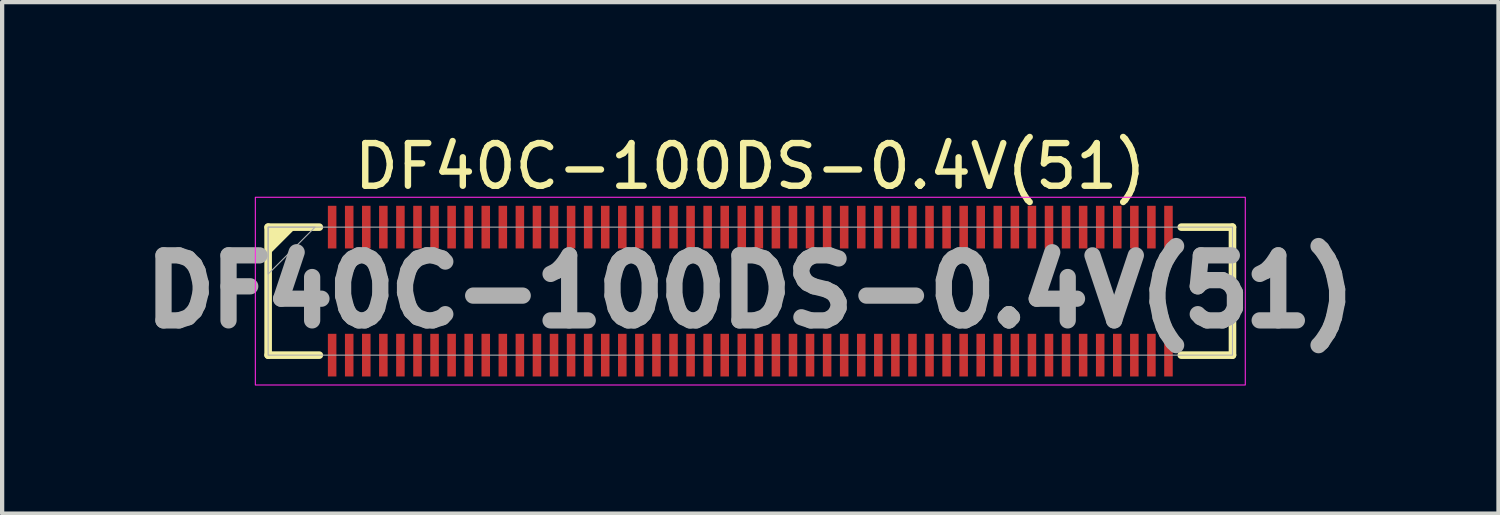
<source format=kicad_pcb>
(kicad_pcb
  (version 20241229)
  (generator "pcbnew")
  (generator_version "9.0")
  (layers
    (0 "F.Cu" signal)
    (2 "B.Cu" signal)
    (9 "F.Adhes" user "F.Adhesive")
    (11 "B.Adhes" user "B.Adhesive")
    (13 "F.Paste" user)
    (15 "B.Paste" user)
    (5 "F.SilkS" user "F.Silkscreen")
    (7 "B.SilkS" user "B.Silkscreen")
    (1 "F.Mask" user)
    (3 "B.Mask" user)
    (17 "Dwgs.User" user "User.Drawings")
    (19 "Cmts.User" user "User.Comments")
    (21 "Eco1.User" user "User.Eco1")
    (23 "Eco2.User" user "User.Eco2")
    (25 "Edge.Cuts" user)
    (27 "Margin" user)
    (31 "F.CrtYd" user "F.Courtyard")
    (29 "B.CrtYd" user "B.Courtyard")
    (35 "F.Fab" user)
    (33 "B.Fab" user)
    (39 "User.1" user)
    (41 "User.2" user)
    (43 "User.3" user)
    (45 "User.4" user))
  (footprint "DF40C-100DS-0.4V(51)"
    (layer "F.Cu")
    (at 14.534 3.773)
    (property "Reference" "DF40C-100DS-0.4V(51)" (at 0 -2.925 0) (layer "F.SilkS") (effects (font (size 1 1) (thickness 0.15))))
    (attr smd)
    (fp_line (start -11.3 -1.5) (end -11.3 1.5) (stroke (width 0.178) (type solid)) (layer "F.SilkS"))
    (fp_line (start -11.3 1.5) (end -10.1 1.5) (stroke (width 0.178) (type solid)) (layer "F.SilkS"))
    (fp_line (start -10.1 -1.5) (end -11.3 -1.5) (stroke (width 0.178) (type solid)) (layer "F.SilkS"))
    (fp_line (start 11.3 -1.5) (end 10.1 -1.5) (stroke (width 0.178) (type solid)) (layer "F.SilkS"))
    (fp_line (start 11.3 -1.5) (end 11.3 1.5) (stroke (width 0.178) (type solid)) (layer "F.SilkS"))
    (fp_line (start 11.3 1.5) (end 10.1 1.5) (stroke (width 0.178) (type solid)) (layer "F.SilkS"))
    (fp_poly (pts (xy -10.7 -1.5) (xy -11.3 -1.5) (xy -11.3 -0.9)) (stroke (width 0.1) (type solid)) (fill yes) (layer "F.SilkS"))
    (fp_rect (start -11.6 -2.2) (end 11.6 2.2) (stroke (width 0.025) (type solid)) (fill no) (layer "F.CrtYd"))
    (fp_rect (start -11.3 -1.5) (end 11.3 1.5) (stroke (width 0.025) (type solid)) (fill no) (layer "F.Fab"))
    (fp_poly (pts (xy -11.3 -1.5) (xy -11.3 -0.4) (xy -10.2 -1.5)) (stroke (width 0.025) (type solid)) (fill no) (layer "F.Fab"))
    (fp_text user "${REFERENCE}" (at 0 0 0) (unlocked yes) (layer "F.Fab") (effects (font (size 1.524 1.524) (thickness 0.381) (bold yes))))
    (pad "1" smd rect (at -9.8 -1.5 90) (size 1 0.2) (layers "F.Cu" "F.Mask" "F.Paste"))
    (pad "2" smd rect (at -9.8 1.5 90) (size 1 0.2) (layers "F.Cu" "F.Mask" "F.Paste"))
    (pad "3" smd rect (at -9.4 -1.5 90) (size 1 0.2) (layers "F.Cu" "F.Mask" "F.Paste"))
    (pad "4" smd rect (at -9.4 1.5 90) (size 1 0.2) (layers "F.Cu" "F.Mask" "F.Paste"))
    (pad "5" smd rect (at -9 -1.5 90) (size 1 0.2) (layers "F.Cu" "F.Mask" "F.Paste"))
    (pad "6" smd rect (at -9 1.5 90) (size 1 0.2) (layers "F.Cu" "F.Mask" "F.Paste"))
    (pad "7" smd rect (at -8.6 -1.5 90) (size 1 0.2) (layers "F.Cu" "F.Mask" "F.Paste"))
    (pad "8" smd rect (at -8.6 1.5 90) (size 1 0.2) (layers "F.Cu" "F.Mask" "F.Paste"))
    (pad "9" smd rect (at -8.2 -1.5 90) (size 1 0.2) (layers "F.Cu" "F.Mask" "F.Paste"))
    (pad "10" smd rect (at -8.2 1.5 90) (size 1 0.2) (layers "F.Cu" "F.Mask" "F.Paste"))
    (pad "11" smd rect (at -7.8 -1.5 90) (size 1 0.2) (layers "F.Cu" "F.Mask" "F.Paste"))
    (pad "12" smd rect (at -7.8 1.5 90) (size 1 0.2) (layers "F.Cu" "F.Mask" "F.Paste"))
    (pad "13" smd rect (at -7.4 -1.5 90) (size 1 0.2) (layers "F.Cu" "F.Mask" "F.Paste"))
    (pad "14" smd rect (at -7.4 1.5 90) (size 1 0.2) (layers "F.Cu" "F.Mask" "F.Paste"))
    (pad "15" smd rect (at -7 -1.5 90) (size 1 0.2) (layers "F.Cu" "F.Mask" "F.Paste"))
    (pad "16" smd rect (at -7 1.5 90) (size 1 0.2) (layers "F.Cu" "F.Mask" "F.Paste"))
    (pad "17" smd rect (at -6.6 -1.5 90) (size 1 0.2) (layers "F.Cu" "F.Mask" "F.Paste"))
    (pad "18" smd rect (at -6.6 1.5 90) (size 1 0.2) (layers "F.Cu" "F.Mask" "F.Paste"))
    (pad "19" smd rect (at -6.2 -1.5 90) (size 1 0.2) (layers "F.Cu" "F.Mask" "F.Paste"))
    (pad "20" smd rect (at -6.2 1.5 90) (size 1 0.2) (layers "F.Cu" "F.Mask" "F.Paste"))
    (pad "21" smd rect (at -5.8 -1.5 90) (size 1 0.2) (layers "F.Cu" "F.Mask" "F.Paste"))
    (pad "22" smd rect (at -5.8 1.5 90) (size 1 0.2) (layers "F.Cu" "F.Mask" "F.Paste"))
    (pad "23" smd rect (at -5.4 -1.5 90) (size 1 0.2) (layers "F.Cu" "F.Mask" "F.Paste"))
    (pad "24" smd rect (at -5.4 1.5 90) (size 1 0.2) (layers "F.Cu" "F.Mask" "F.Paste"))
    (pad "25" smd rect (at -5 -1.5 90) (size 1 0.2) (layers "F.Cu" "F.Mask" "F.Paste"))
    (pad "26" smd rect (at -5 1.5 90) (size 1 0.2) (layers "F.Cu" "F.Mask" "F.Paste"))
    (pad "27" smd rect (at -4.6 -1.5 90) (size 1 0.2) (layers "F.Cu" "F.Mask" "F.Paste"))
    (pad "28" smd rect (at -4.6 1.5 90) (size 1 0.2) (layers "F.Cu" "F.Mask" "F.Paste"))
    (pad "29" smd rect (at -4.2 -1.5 90) (size 1 0.2) (layers "F.Cu" "F.Mask" "F.Paste"))
    (pad "30" smd rect (at -4.2 1.5 90) (size 1 0.2) (layers "F.Cu" "F.Mask" "F.Paste"))
    (pad "31" smd rect (at -3.8 -1.5 90) (size 1 0.2) (layers "F.Cu" "F.Mask" "F.Paste"))
    (pad "32" smd rect (at -3.8 1.5 90) (size 1 0.2) (layers "F.Cu" "F.Mask" "F.Paste"))
    (pad "33" smd rect (at -3.4 -1.5 90) (size 1 0.2) (layers "F.Cu" "F.Mask" "F.Paste"))
    (pad "34" smd rect (at -3.4 1.5 90) (size 1 0.2) (layers "F.Cu" "F.Mask" "F.Paste"))
    (pad "35" smd rect (at -3 -1.5 90) (size 1 0.2) (layers "F.Cu" "F.Mask" "F.Paste"))
    (pad "36" smd rect (at -3 1.5 90) (size 1 0.2) (layers "F.Cu" "F.Mask" "F.Paste"))
    (pad "37" smd rect (at -2.6 -1.5 90) (size 1 0.2) (layers "F.Cu" "F.Mask" "F.Paste"))
    (pad "38" smd rect (at -2.6 1.5 90) (size 1 0.2) (layers "F.Cu" "F.Mask" "F.Paste"))
    (pad "39" smd rect (at -2.2 -1.5 90) (size 1 0.2) (layers "F.Cu" "F.Mask" "F.Paste"))
    (pad "40" smd rect (at -2.2 1.5 90) (size 1 0.2) (layers "F.Cu" "F.Mask" "F.Paste"))
    (pad "41" smd rect (at -1.8 -1.5 90) (size 1 0.2) (layers "F.Cu" "F.Mask" "F.Paste"))
    (pad "42" smd rect (at -1.8 1.5 90) (size 1 0.2) (layers "F.Cu" "F.Mask" "F.Paste"))
    (pad "43" smd rect (at -1.4 -1.5 90) (size 1 0.2) (layers "F.Cu" "F.Mask" "F.Paste"))
    (pad "44" smd rect (at -1.4 1.5 90) (size 1 0.2) (layers "F.Cu" "F.Mask" "F.Paste"))
    (pad "45" smd rect (at -1 -1.5 90) (size 1 0.2) (layers "F.Cu" "F.Mask" "F.Paste"))
    (pad "46" smd rect (at -1 1.5 90) (size 1 0.2) (layers "F.Cu" "F.Mask" "F.Paste"))
    (pad "47" smd rect (at -0.6 -1.5 90) (size 1 0.2) (layers "F.Cu" "F.Mask" "F.Paste"))
    (pad "48" smd rect (at -0.6 1.5 90) (size 1 0.2) (layers "F.Cu" "F.Mask" "F.Paste"))
    (pad "49" smd rect (at -0.2 -1.5 90) (size 1 0.2) (layers "F.Cu" "F.Mask" "F.Paste"))
    (pad "50" smd rect (at -0.2 1.5 90) (size 1 0.2) (layers "F.Cu" "F.Mask" "F.Paste"))
    (pad "51" smd rect (at 0.2 -1.5 90) (size 1 0.2) (layers "F.Cu" "F.Mask" "F.Paste"))
    (pad "52" smd rect (at 0.2 1.5 90) (size 1 0.2) (layers "F.Cu" "F.Mask" "F.Paste"))
    (pad "53" smd rect (at 0.6 -1.5 90) (size 1 0.2) (layers "F.Cu" "F.Mask" "F.Paste"))
    (pad "54" smd rect (at 0.6 1.5 90) (size 1 0.2) (layers "F.Cu" "F.Mask" "F.Paste"))
    (pad "55" smd rect (at 1 -1.5 90) (size 1 0.2) (layers "F.Cu" "F.Mask" "F.Paste"))
    (pad "56" smd rect (at 1 1.5 90) (size 1 0.2) (layers "F.Cu" "F.Mask" "F.Paste"))
    (pad "57" smd rect (at 1.4 -1.5 90) (size 1 0.2) (layers "F.Cu" "F.Mask" "F.Paste"))
    (pad "58" smd rect (at 1.4 1.5 90) (size 1 0.2) (layers "F.Cu" "F.Mask" "F.Paste"))
    (pad "59" smd rect (at 1.8 -1.5 90) (size 1 0.2) (layers "F.Cu" "F.Mask" "F.Paste"))
    (pad "60" smd rect (at 1.8 1.5 90) (size 1 0.2) (layers "F.Cu" "F.Mask" "F.Paste"))
    (pad "61" smd rect (at 2.2 -1.5 90) (size 1 0.2) (layers "F.Cu" "F.Mask" "F.Paste"))
    (pad "62" smd rect (at 2.2 1.5 90) (size 1 0.2) (layers "F.Cu" "F.Mask" "F.Paste"))
    (pad "63" smd rect (at 2.6 -1.5 90) (size 1 0.2) (layers "F.Cu" "F.Mask" "F.Paste"))
    (pad "64" smd rect (at 2.6 1.5 90) (size 1 0.2) (layers "F.Cu" "F.Mask" "F.Paste"))
    (pad "65" smd rect (at 3 -1.5 90) (size 1 0.2) (layers "F.Cu" "F.Mask" "F.Paste"))
    (pad "66" smd rect (at 3 1.5 90) (size 1 0.2) (layers "F.Cu" "F.Mask" "F.Paste"))
    (pad "67" smd rect (at 3.4 -1.5 90) (size 1 0.2) (layers "F.Cu" "F.Mask" "F.Paste"))
    (pad "68" smd rect (at 3.4 1.5 90) (size 1 0.2) (layers "F.Cu" "F.Mask" "F.Paste"))
    (pad "69" smd rect (at 3.8 -1.5 90) (size 1 0.2) (layers "F.Cu" "F.Mask" "F.Paste"))
    (pad "70" smd rect (at 3.8 1.5 90) (size 1 0.2) (layers "F.Cu" "F.Mask" "F.Paste"))
    (pad "71" smd rect (at 4.2 -1.5 90) (size 1 0.2) (layers "F.Cu" "F.Mask" "F.Paste"))
    (pad "72" smd rect (at 4.2 1.5 90) (size 1 0.2) (layers "F.Cu" "F.Mask" "F.Paste"))
    (pad "73" smd rect (at 4.6 -1.5 90) (size 1 0.2) (layers "F.Cu" "F.Mask" "F.Paste"))
    (pad "74" smd rect (at 4.6 1.5 90) (size 1 0.2) (layers "F.Cu" "F.Mask" "F.Paste"))
    (pad "75" smd rect (at 5 -1.5 90) (size 1 0.2) (layers "F.Cu" "F.Mask" "F.Paste"))
    (pad "76" smd rect (at 5 1.5 90) (size 1 0.2) (layers "F.Cu" "F.Mask" "F.Paste"))
    (pad "77" smd rect (at 5.4 -1.5 90) (size 1 0.2) (layers "F.Cu" "F.Mask" "F.Paste"))
    (pad "78" smd rect (at 5.4 1.5 90) (size 1 0.2) (layers "F.Cu" "F.Mask" "F.Paste"))
    (pad "79" smd rect (at 5.8 -1.5 90) (size 1 0.2) (layers "F.Cu" "F.Mask" "F.Paste"))
    (pad "80" smd rect (at 5.8 1.5 90) (size 1 0.2) (layers "F.Cu" "F.Mask" "F.Paste"))
    (pad "81" smd rect (at 6.2 -1.5 90) (size 1 0.2) (layers "F.Cu" "F.Mask" "F.Paste"))
    (pad "82" smd rect (at 6.2 1.5 90) (size 1 0.2) (layers "F.Cu" "F.Mask" "F.Paste"))
    (pad "83" smd rect (at 6.6 -1.5 90) (size 1 0.2) (layers "F.Cu" "F.Mask" "F.Paste"))
    (pad "84" smd rect (at 6.6 1.5 90) (size 1 0.2) (layers "F.Cu" "F.Mask" "F.Paste"))
    (pad "85" smd rect (at 7 -1.5 90) (size 1 0.2) (layers "F.Cu" "F.Mask" "F.Paste"))
    (pad "86" smd rect (at 7 1.5 90) (size 1 0.2) (layers "F.Cu" "F.Mask" "F.Paste"))
    (pad "87" smd rect (at 7.4 -1.5 90) (size 1 0.2) (layers "F.Cu" "F.Mask" "F.Paste"))
    (pad "88" smd rect (at 7.4 1.5 90) (size 1 0.2) (layers "F.Cu" "F.Mask" "F.Paste"))
    (pad "89" smd rect (at 7.8 -1.5 90) (size 1 0.2) (layers "F.Cu" "F.Mask" "F.Paste"))
    (pad "90" smd rect (at 7.8 1.5 90) (size 1 0.2) (layers "F.Cu" "F.Mask" "F.Paste"))
    (pad "91" smd rect (at 8.2 -1.5 90) (size 1 0.2) (layers "F.Cu" "F.Mask" "F.Paste"))
    (pad "92" smd rect (at 8.2 1.5 90) (size 1 0.2) (layers "F.Cu" "F.Mask" "F.Paste"))
    (pad "93" smd rect (at 8.6 -1.5 90) (size 1 0.2) (layers "F.Cu" "F.Mask" "F.Paste"))
    (pad "94" smd rect (at 8.6 1.5 90) (size 1 0.2) (layers "F.Cu" "F.Mask" "F.Paste"))
    (pad "95" smd rect (at 9 -1.5 90) (size 1 0.2) (layers "F.Cu" "F.Mask" "F.Paste"))
    (pad "96" smd rect (at 9 1.5 90) (size 1 0.2) (layers "F.Cu" "F.Mask" "F.Paste"))
    (pad "97" smd rect (at 9.4 -1.5 90) (size 1 0.2) (layers "F.Cu" "F.Mask" "F.Paste"))
    (pad "98" smd rect (at 9.4 1.5 90) (size 1 0.2) (layers "F.Cu" "F.Mask" "F.Paste"))
    (pad "99" smd rect (at 9.8 -1.5 90) (size 1 0.2) (layers "F.Cu" "F.Mask" "F.Paste"))
    (pad "100" smd rect (at 9.8 1.5 90) (size 1 0.2) (layers "F.Cu" "F.Mask" "F.Paste")))
  (gr_rect
    (start -3 -3)
    (end 32.068 8.986)
    (stroke (width 0.1) (type default))
    (fill no)
    (layer "Edge.Cuts")))
</source>
